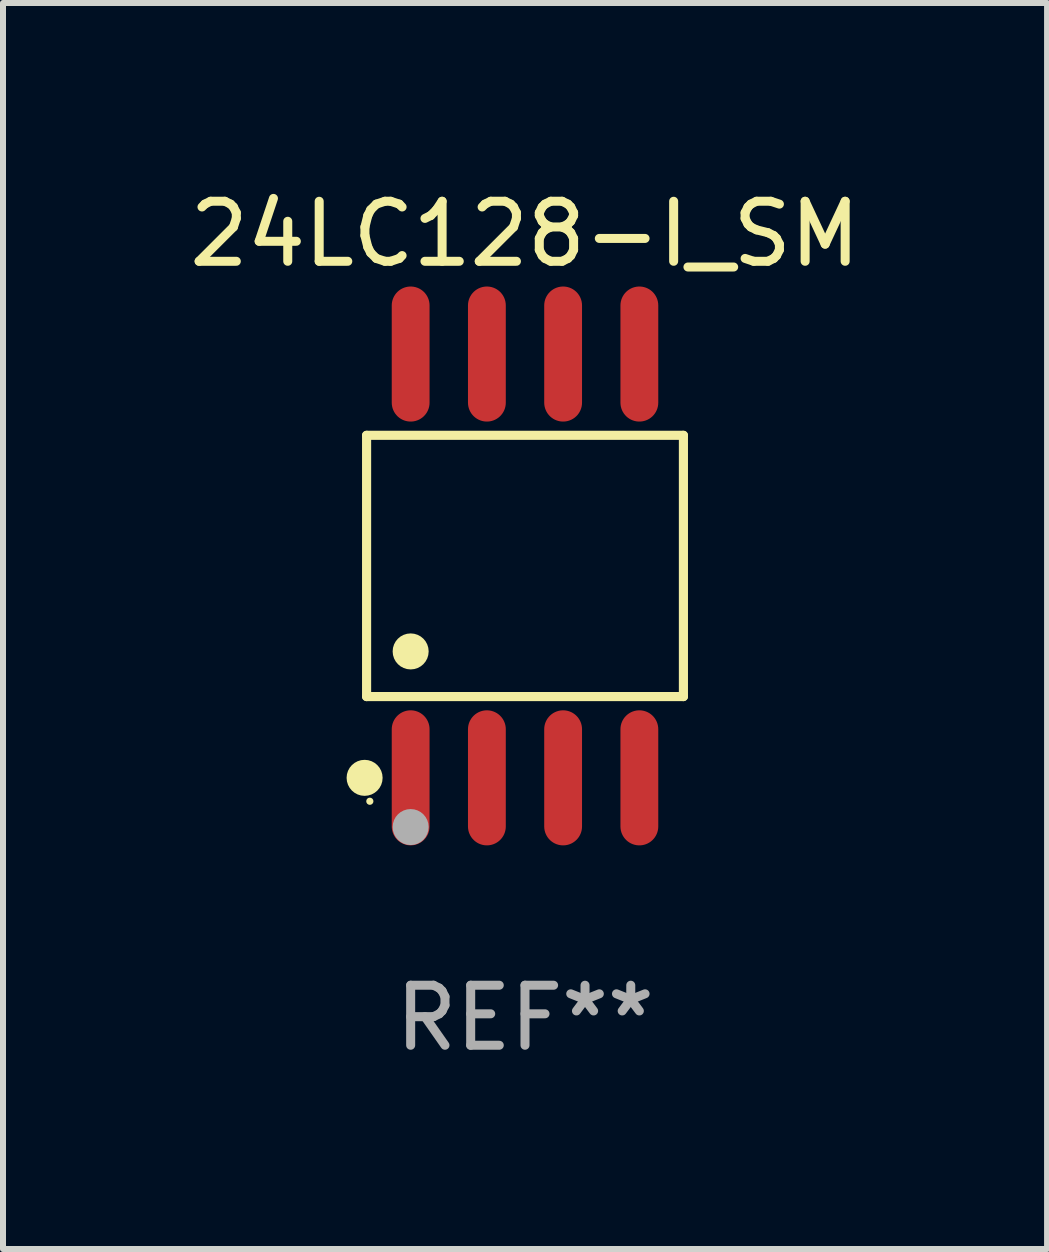
<source format=kicad_pcb>
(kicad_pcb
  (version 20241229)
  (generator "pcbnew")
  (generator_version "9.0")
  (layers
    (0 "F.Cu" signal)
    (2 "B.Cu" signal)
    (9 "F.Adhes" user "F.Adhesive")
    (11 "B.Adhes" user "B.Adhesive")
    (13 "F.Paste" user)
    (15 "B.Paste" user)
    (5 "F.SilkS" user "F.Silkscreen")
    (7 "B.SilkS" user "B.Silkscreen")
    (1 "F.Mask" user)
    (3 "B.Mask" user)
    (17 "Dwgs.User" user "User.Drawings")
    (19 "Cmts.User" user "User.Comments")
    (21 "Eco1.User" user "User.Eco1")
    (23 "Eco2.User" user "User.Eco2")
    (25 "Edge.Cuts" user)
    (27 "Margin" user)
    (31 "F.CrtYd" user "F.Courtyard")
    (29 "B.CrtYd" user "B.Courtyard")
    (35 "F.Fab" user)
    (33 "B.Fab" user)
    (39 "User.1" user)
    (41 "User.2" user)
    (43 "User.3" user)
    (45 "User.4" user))
  (footprint "24LC128-I_SM"
    (layer "F.Cu")
    (at 5.696 6.378)
    (property "Reference" "24LC128-I_SM" (at 0 -5.53 0) (layer "F.SilkS") (effects (font (size 1 1) (thickness 0.15))))
    (attr through_hole)
    (fp_line (start -2.639 -2.176) (end 2.639 -2.176) (stroke (width 0.152) (type solid)) (layer "F.SilkS"))
    (fp_line (start -2.639 2.176) (end -2.639 -2.176) (stroke (width 0.152) (type solid)) (layer "F.SilkS"))
    (fp_line (start 2.639 -2.176) (end 2.639 2.176) (stroke (width 0.152) (type solid)) (layer "F.SilkS"))
    (fp_line (start 2.639 2.176) (end -2.639 2.176) (stroke (width 0.152) (type solid)) (layer "F.SilkS"))
    (fp_circle (center -2.672 3.53) (end -2.522 3.53) (stroke (width 0.3) (type solid)) (fill no) (layer "F.SilkS"))
    (fp_circle (center -2.585 3.92) (end -2.555 3.92) (stroke (width 0.06) (type solid)) (fill no) (layer "F.SilkS"))
    (fp_circle (center -1.905 1.424) (end -1.755 1.424) (stroke (width 0.3) (type solid)) (fill no) (layer "F.SilkS"))
    (fp_circle (center -1.905 4.35) (end -1.755 4.35) (stroke (width 0.3) (type solid)) (fill no) (layer "F.Fab"))
    (fp_text user "REF**" (at 0 7.53 0) (layer "F.Fab") (effects (font (size 1 1) (thickness 0.15))))
    (pad "1" smd oval (at -1.905 3.53) (size 0.63 2.25) (layers "F.Cu" "F.Mask" "F.Paste"))
    (pad "2" smd oval (at -0.635 3.53) (size 0.63 2.25) (layers "F.Cu" "F.Mask" "F.Paste"))
    (pad "3" smd oval (at 0.635 3.53) (size 0.63 2.25) (layers "F.Cu" "F.Mask" "F.Paste"))
    (pad "4" smd oval (at 1.905 3.53) (size 0.63 2.25) (layers "F.Cu" "F.Mask" "F.Paste"))
    (pad "5" smd oval (at 1.905 -3.53) (size 0.63 2.25) (layers "F.Cu" "F.Mask" "F.Paste"))
    (pad "6" smd oval (at 0.635 -3.53) (size 0.63 2.25) (layers "F.Cu" "F.Mask" "F.Paste"))
    (pad "7" smd oval (at -0.635 -3.53) (size 0.63 2.25) (layers "F.Cu" "F.Mask" "F.Paste"))
    (pad "8" smd oval (at -1.905 -3.53) (size 0.63 2.25) (layers "F.Cu" "F.Mask" "F.Paste")))
  (gr_rect
    (start -3 -3)
    (end 14.393 17.757)
    (stroke (width 0.1) (type default))
    (fill no)
    (layer "Edge.Cuts")))
</source>
